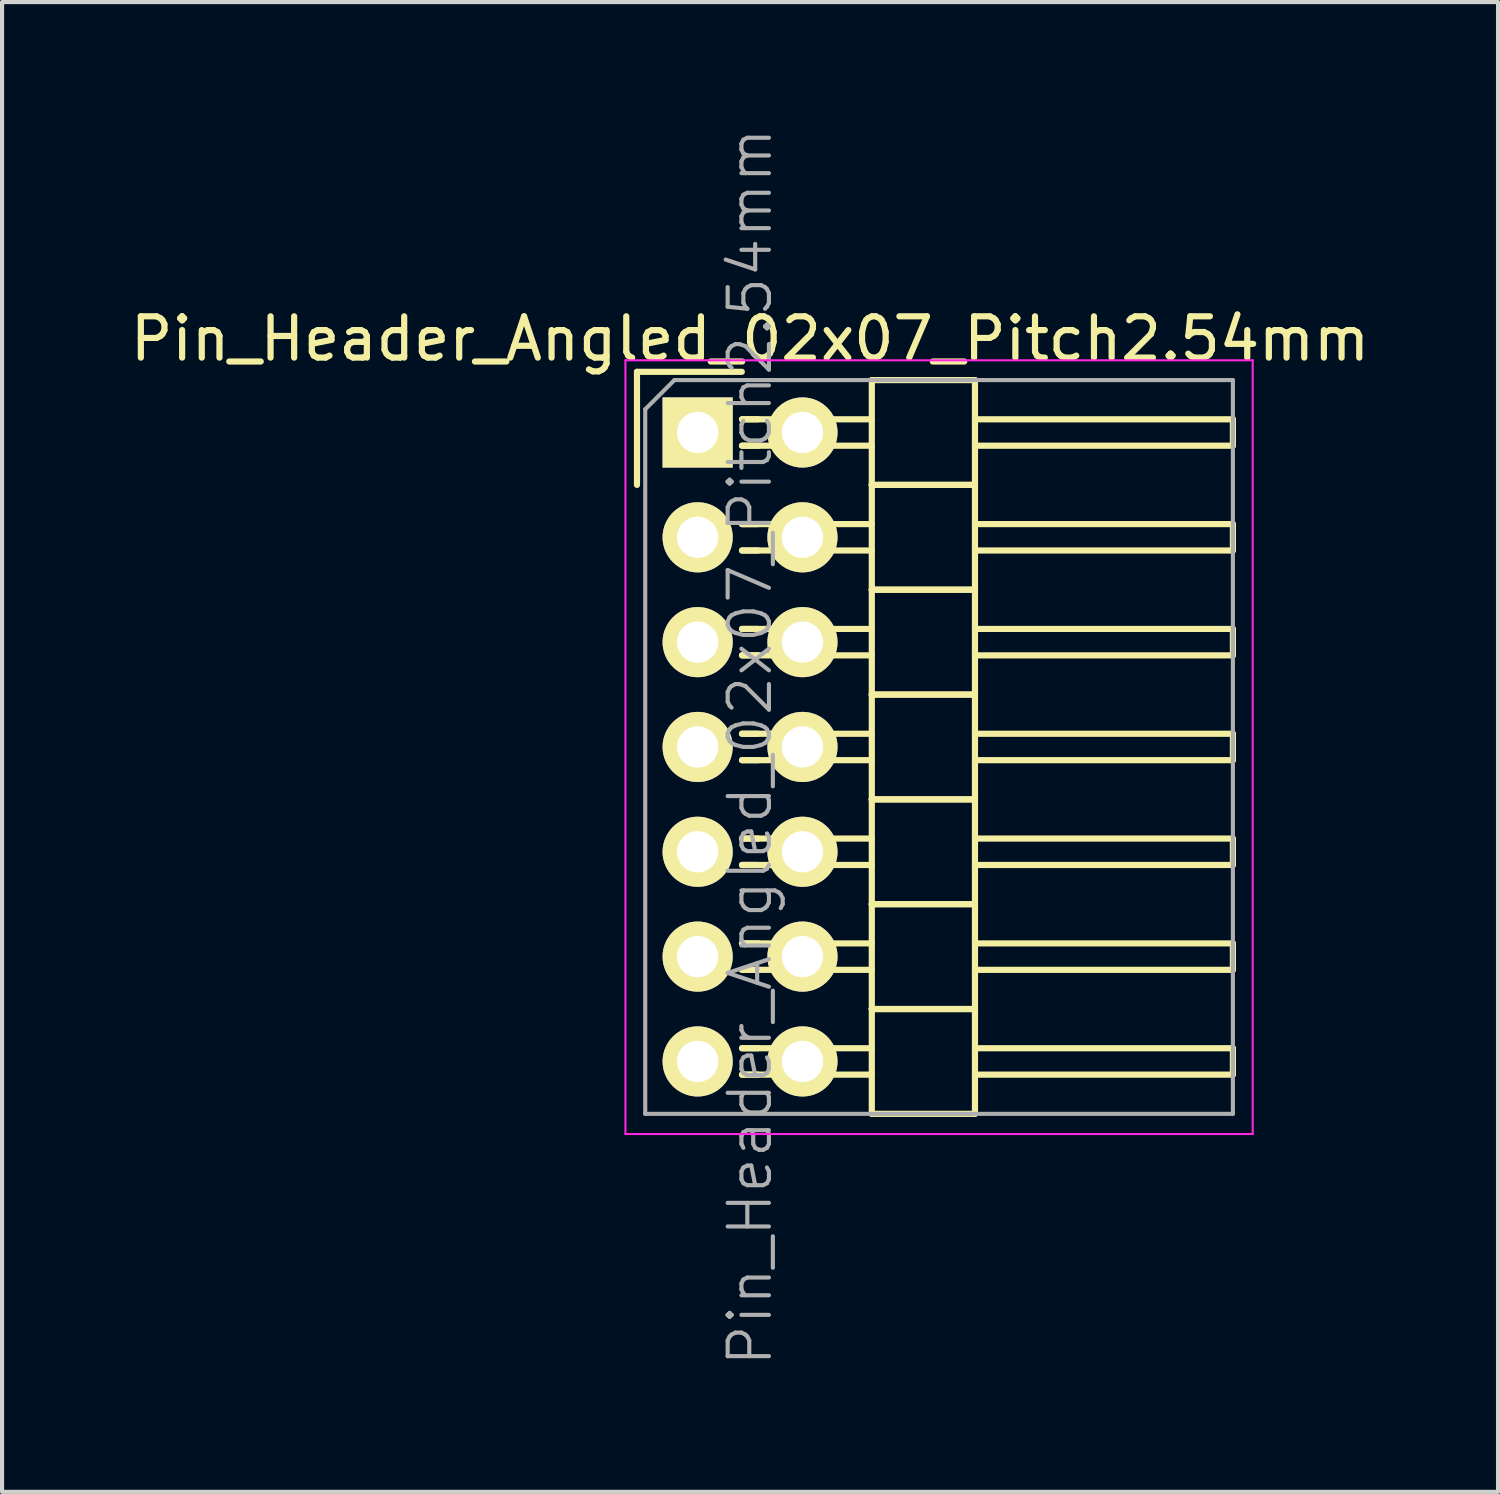
<source format=kicad_pcb>
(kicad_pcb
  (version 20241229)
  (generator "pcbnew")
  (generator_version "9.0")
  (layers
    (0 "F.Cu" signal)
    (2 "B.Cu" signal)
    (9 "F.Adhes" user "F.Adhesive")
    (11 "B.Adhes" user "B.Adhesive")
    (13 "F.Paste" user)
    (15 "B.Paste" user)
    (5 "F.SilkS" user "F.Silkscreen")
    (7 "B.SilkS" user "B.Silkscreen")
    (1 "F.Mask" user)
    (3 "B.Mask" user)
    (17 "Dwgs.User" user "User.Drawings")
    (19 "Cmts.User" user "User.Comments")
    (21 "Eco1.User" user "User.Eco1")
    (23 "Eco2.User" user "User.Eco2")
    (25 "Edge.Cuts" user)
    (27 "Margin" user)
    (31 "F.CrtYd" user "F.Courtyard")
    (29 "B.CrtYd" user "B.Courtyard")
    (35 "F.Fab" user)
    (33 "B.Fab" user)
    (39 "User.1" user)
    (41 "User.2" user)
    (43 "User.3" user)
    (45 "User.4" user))
  (footprint "Pin_Header_Angled_02x07_Pitch2.54mm"
    (layer "F.Cu")
    (at 13.855 7.43)
    (property "Reference" "Pin_Header_Angled_02x07_Pitch2.54mm" (at 1.27 -2.27 0) (layer "F.SilkS") (effects (font (size 1 1) (thickness 0.15))))
    (attr smd)
    (fp_line (start -1.47 -1.47) (end -1.47 1.27) (stroke (width 0.15) (type solid)) (layer "F.SilkS"))
    (fp_line (start -1.47 -1.47) (end 1.07 -1.47) (stroke (width 0.15) (type solid)) (layer "F.SilkS"))
    (fp_line (start 1.465 -0.32) (end 1.075 -0.32) (stroke (width 0.15) (type solid)) (layer "F.SilkS"))
    (fp_line (start 1.465 0.32) (end 1.075 0.32) (stroke (width 0.15) (type solid)) (layer "F.SilkS"))
    (fp_line (start 1.465 2.22) (end 1.075 2.22) (stroke (width 0.15) (type solid)) (layer "F.SilkS"))
    (fp_line (start 1.465 2.86) (end 1.075 2.86) (stroke (width 0.15) (type solid)) (layer "F.SilkS"))
    (fp_line (start 1.465 4.76) (end 1.075 4.76) (stroke (width 0.15) (type solid)) (layer "F.SilkS"))
    (fp_line (start 1.465 5.4) (end 1.075 5.4) (stroke (width 0.15) (type solid)) (layer "F.SilkS"))
    (fp_line (start 1.465 7.3) (end 1.075 7.3) (stroke (width 0.15) (type solid)) (layer "F.SilkS"))
    (fp_line (start 1.465 7.94) (end 1.075 7.94) (stroke (width 0.15) (type solid)) (layer "F.SilkS"))
    (fp_line (start 1.465 9.84) (end 1.075 9.84) (stroke (width 0.15) (type solid)) (layer "F.SilkS"))
    (fp_line (start 1.465 10.48) (end 1.075 10.48) (stroke (width 0.15) (type solid)) (layer "F.SilkS"))
    (fp_line (start 1.465 12.38) (end 1.075 12.38) (stroke (width 0.15) (type solid)) (layer "F.SilkS"))
    (fp_line (start 1.465 13.02) (end 1.075 13.02) (stroke (width 0.15) (type solid)) (layer "F.SilkS"))
    (fp_line (start 1.465 14.92) (end 1.075 14.92) (stroke (width 0.15) (type solid)) (layer "F.SilkS"))
    (fp_line (start 1.465 15.56) (end 1.075 15.56) (stroke (width 0.15) (type solid)) (layer "F.SilkS"))
    (fp_line (start 4.22 -0.32) (end 1.075 -0.32) (stroke (width 0.15) (type solid)) (layer "F.SilkS"))
    (fp_line (start 4.22 0.32) (end 1.075 0.32) (stroke (width 0.15) (type solid)) (layer "F.SilkS"))
    (fp_line (start 4.22 1.27) (end 4.22 -1.27) (stroke (width 0.15) (type solid)) (layer "F.SilkS"))
    (fp_line (start 4.22 2.22) (end 1.075 2.22) (stroke (width 0.15) (type solid)) (layer "F.SilkS"))
    (fp_line (start 4.22 2.86) (end 1.075 2.86) (stroke (width 0.15) (type solid)) (layer "F.SilkS"))
    (fp_line (start 4.22 3.81) (end 4.22 1.27) (stroke (width 0.15) (type solid)) (layer "F.SilkS"))
    (fp_line (start 4.22 4.76) (end 1.075 4.76) (stroke (width 0.15) (type solid)) (layer "F.SilkS"))
    (fp_line (start 4.22 5.4) (end 1.075 5.4) (stroke (width 0.15) (type solid)) (layer "F.SilkS"))
    (fp_line (start 4.22 6.35) (end 4.22 3.81) (stroke (width 0.15) (type solid)) (layer "F.SilkS"))
    (fp_line (start 4.22 7.3) (end 1.075 7.3) (stroke (width 0.15) (type solid)) (layer "F.SilkS"))
    (fp_line (start 4.22 7.94) (end 1.075 7.94) (stroke (width 0.15) (type solid)) (layer "F.SilkS"))
    (fp_line (start 4.22 8.89) (end 4.22 6.35) (stroke (width 0.15) (type solid)) (layer "F.SilkS"))
    (fp_line (start 4.22 9.84) (end 1.075 9.84) (stroke (width 0.15) (type solid)) (layer "F.SilkS"))
    (fp_line (start 4.22 10.48) (end 1.075 10.48) (stroke (width 0.15) (type solid)) (layer "F.SilkS"))
    (fp_line (start 4.22 11.43) (end 4.22 8.89) (stroke (width 0.15) (type solid)) (layer "F.SilkS"))
    (fp_line (start 4.22 12.38) (end 1.075 12.38) (stroke (width 0.15) (type solid)) (layer "F.SilkS"))
    (fp_line (start 4.22 13.02) (end 1.075 13.02) (stroke (width 0.15) (type solid)) (layer "F.SilkS"))
    (fp_line (start 4.22 13.97) (end 4.22 11.43) (stroke (width 0.15) (type solid)) (layer "F.SilkS"))
    (fp_line (start 4.22 14.92) (end 1.075 14.92) (stroke (width 0.15) (type solid)) (layer "F.SilkS"))
    (fp_line (start 4.22 15.56) (end 1.075 15.56) (stroke (width 0.15) (type solid)) (layer "F.SilkS"))
    (fp_line (start 4.22 16.51) (end 4.22 13.97) (stroke (width 0.15) (type solid)) (layer "F.SilkS"))
    (fp_line (start 6.72 -1.27) (end 4.22 -1.27) (stroke (width 0.15) (type solid)) (layer "F.SilkS"))
    (fp_line (start 6.72 -0.32) (end 12.97 -0.32) (stroke (width 0.15) (type solid)) (layer "F.SilkS"))
    (fp_line (start 6.72 0.32) (end 12.97 0.32) (stroke (width 0.15) (type solid)) (layer "F.SilkS"))
    (fp_line (start 6.72 1.27) (end 4.22 1.27) (stroke (width 0.15) (type solid)) (layer "F.SilkS"))
    (fp_line (start 6.72 1.27) (end 4.22 1.27) (stroke (width 0.15) (type solid)) (layer "F.SilkS"))
    (fp_line (start 6.72 1.27) (end 6.72 -1.27) (stroke (width 0.15) (type solid)) (layer "F.SilkS"))
    (fp_line (start 6.72 2.22) (end 12.97 2.22) (stroke (width 0.15) (type solid)) (layer "F.SilkS"))
    (fp_line (start 6.72 2.86) (end 12.97 2.86) (stroke (width 0.15) (type solid)) (layer "F.SilkS"))
    (fp_line (start 6.72 3.81) (end 4.22 3.81) (stroke (width 0.15) (type solid)) (layer "F.SilkS"))
    (fp_line (start 6.72 3.81) (end 4.22 3.81) (stroke (width 0.15) (type solid)) (layer "F.SilkS"))
    (fp_line (start 6.72 3.81) (end 6.72 1.27) (stroke (width 0.15) (type solid)) (layer "F.SilkS"))
    (fp_line (start 6.72 4.76) (end 12.97 4.76) (stroke (width 0.15) (type solid)) (layer "F.SilkS"))
    (fp_line (start 6.72 5.4) (end 12.97 5.4) (stroke (width 0.15) (type solid)) (layer "F.SilkS"))
    (fp_line (start 6.72 6.35) (end 4.22 6.35) (stroke (width 0.15) (type solid)) (layer "F.SilkS"))
    (fp_line (start 6.72 6.35) (end 4.22 6.35) (stroke (width 0.15) (type solid)) (layer "F.SilkS"))
    (fp_line (start 6.72 6.35) (end 6.72 3.81) (stroke (width 0.15) (type solid)) (layer "F.SilkS"))
    (fp_line (start 6.72 7.3) (end 12.97 7.3) (stroke (width 0.15) (type solid)) (layer "F.SilkS"))
    (fp_line (start 6.72 7.94) (end 12.97 7.94) (stroke (width 0.15) (type solid)) (layer "F.SilkS"))
    (fp_line (start 6.72 8.89) (end 4.22 8.89) (stroke (width 0.15) (type solid)) (layer "F.SilkS"))
    (fp_line (start 6.72 8.89) (end 4.22 8.89) (stroke (width 0.15) (type solid)) (layer "F.SilkS"))
    (fp_line (start 6.72 8.89) (end 6.72 6.35) (stroke (width 0.15) (type solid)) (layer "F.SilkS"))
    (fp_line (start 6.72 9.84) (end 12.97 9.84) (stroke (width 0.15) (type solid)) (layer "F.SilkS"))
    (fp_line (start 6.72 10.48) (end 12.97 10.48) (stroke (width 0.15) (type solid)) (layer "F.SilkS"))
    (fp_line (start 6.72 11.43) (end 4.22 11.43) (stroke (width 0.15) (type solid)) (layer "F.SilkS"))
    (fp_line (start 6.72 11.43) (end 4.22 11.43) (stroke (width 0.15) (type solid)) (layer "F.SilkS"))
    (fp_line (start 6.72 11.43) (end 6.72 8.89) (stroke (width 0.15) (type solid)) (layer "F.SilkS"))
    (fp_line (start 6.72 12.38) (end 12.97 12.38) (stroke (width 0.15) (type solid)) (layer "F.SilkS"))
    (fp_line (start 6.72 13.02) (end 12.97 13.02) (stroke (width 0.15) (type solid)) (layer "F.SilkS"))
    (fp_line (start 6.72 13.97) (end 4.22 13.97) (stroke (width 0.15) (type solid)) (layer "F.SilkS"))
    (fp_line (start 6.72 13.97) (end 4.22 13.97) (stroke (width 0.15) (type solid)) (layer "F.SilkS"))
    (fp_line (start 6.72 13.97) (end 6.72 11.43) (stroke (width 0.15) (type solid)) (layer "F.SilkS"))
    (fp_line (start 6.72 14.92) (end 12.97 14.92) (stroke (width 0.15) (type solid)) (layer "F.SilkS"))
    (fp_line (start 6.72 15.56) (end 12.97 15.56) (stroke (width 0.15) (type solid)) (layer "F.SilkS"))
    (fp_line (start 6.72 16.51) (end 4.22 16.51) (stroke (width 0.15) (type solid)) (layer "F.SilkS"))
    (fp_line (start 6.72 16.51) (end 6.72 13.97) (stroke (width 0.15) (type solid)) (layer "F.SilkS"))
    (fp_line (start 12.97 0.32) (end 12.97 -0.32) (stroke (width 0.15) (type solid)) (layer "F.SilkS"))
    (fp_line (start 12.97 2.86) (end 12.97 2.22) (stroke (width 0.15) (type solid)) (layer "F.SilkS"))
    (fp_line (start 12.97 5.4) (end 12.97 4.76) (stroke (width 0.15) (type solid)) (layer "F.SilkS"))
    (fp_line (start 12.97 7.94) (end 12.97 7.3) (stroke (width 0.15) (type solid)) (layer "F.SilkS"))
    (fp_line (start 12.97 10.48) (end 12.97 9.84) (stroke (width 0.15) (type solid)) (layer "F.SilkS"))
    (fp_line (start 12.97 13.02) (end 12.97 12.38) (stroke (width 0.15) (type solid)) (layer "F.SilkS"))
    (fp_line (start 12.97 15.56) (end 12.97 14.92) (stroke (width 0.15) (type solid)) (layer "F.SilkS"))
    (fp_line (start -1.75 -1.75) (end -1.75 17) (stroke (width 0.05) (type solid)) (layer "F.CrtYd"))
    (fp_line (start 13.45 -1.75) (end -1.75 -1.75) (stroke (width 0.05) (type solid)) (layer "F.CrtYd"))
    (fp_line (start 13.45 -1.75) (end 13.45 17) (stroke (width 0.05) (type solid)) (layer "F.CrtYd"))
    (fp_line (start 13.45 17) (end -1.75 17) (stroke (width 0.05) (type solid)) (layer "F.CrtYd"))
    (fp_line (start -1.27 -0.563) (end -0.563 -1.27) (stroke (width 0.1) (type solid)) (layer "F.Fab"))
    (fp_line (start -1.27 16.51) (end -1.27 -0.563) (stroke (width 0.1) (type solid)) (layer "F.Fab"))
    (fp_line (start 12.97 -1.27) (end -0.563 -1.27) (stroke (width 0.1) (type solid)) (layer "F.Fab"))
    (fp_line (start 12.97 16.51) (end -1.27 16.51) (stroke (width 0.1) (type solid)) (layer "F.Fab"))
    (fp_line (start 12.97 16.51) (end 12.97 -1.27) (stroke (width 0.1) (type solid)) (layer "F.Fab"))
    (fp_text user "${REFERENCE}" (at 1.27 7.62 90) (layer "F.Fab") (effects (font (size 1 1) (thickness 0.1))))
    (pad "1" thru_hole rect (at 0 0) (size 1.7 1.7) (drill 1) (layers "*.Cu" "*.Mask" "F.SilkS"))
    (pad "2" thru_hole oval (at 2.54 0) (size 1.7 1.7) (drill 1) (layers "*.Cu" "*.Mask" "F.SilkS"))
    (pad "3" thru_hole oval (at 0 2.54) (size 1.7 1.7) (drill 1) (layers "*.Cu" "*.Mask" "F.SilkS"))
    (pad "4" thru_hole oval (at 2.54 2.54) (size 1.7 1.7) (drill 1) (layers "*.Cu" "*.Mask" "F.SilkS"))
    (pad "5" thru_hole oval (at 0 5.08) (size 1.7 1.7) (drill 1) (layers "*.Cu" "*.Mask" "F.SilkS"))
    (pad "6" thru_hole oval (at 2.54 5.08) (size 1.7 1.7) (drill 1) (layers "*.Cu" "*.Mask" "F.SilkS"))
    (pad "7" thru_hole oval (at 0 7.62) (size 1.7 1.7) (drill 1) (layers "*.Cu" "*.Mask" "F.SilkS"))
    (pad "8" thru_hole oval (at 2.54 7.62) (size 1.7 1.7) (drill 1) (layers "*.Cu" "*.Mask" "F.SilkS"))
    (pad "9" thru_hole oval (at 0 10.16) (size 1.7 1.7) (drill 1) (layers "*.Cu" "*.Mask" "F.SilkS"))
    (pad "10" thru_hole oval (at 2.54 10.16) (size 1.7 1.7) (drill 1) (layers "*.Cu" "*.Mask" "F.SilkS"))
    (pad "11" thru_hole oval (at 0 12.7) (size 1.7 1.7) (drill 1) (layers "*.Cu" "*.Mask" "F.SilkS"))
    (pad "12" thru_hole oval (at 2.54 12.7) (size 1.7 1.7) (drill 1) (layers "*.Cu" "*.Mask" "F.SilkS"))
    (pad "13" thru_hole oval (at 0 15.24) (size 1.7 1.7) (drill 1) (layers "*.Cu" "*.Mask" "F.SilkS"))
    (pad "14" thru_hole oval (at 2.54 15.24) (size 1.7 1.7) (drill 1) (layers "*.Cu" "*.Mask" "F.SilkS")))
  (gr_rect
    (start -3 -3)
    (end 33.25 33.1)
    (stroke (width 0.1) (type default))
    (fill no)
    (layer "Edge.Cuts")))
</source>
